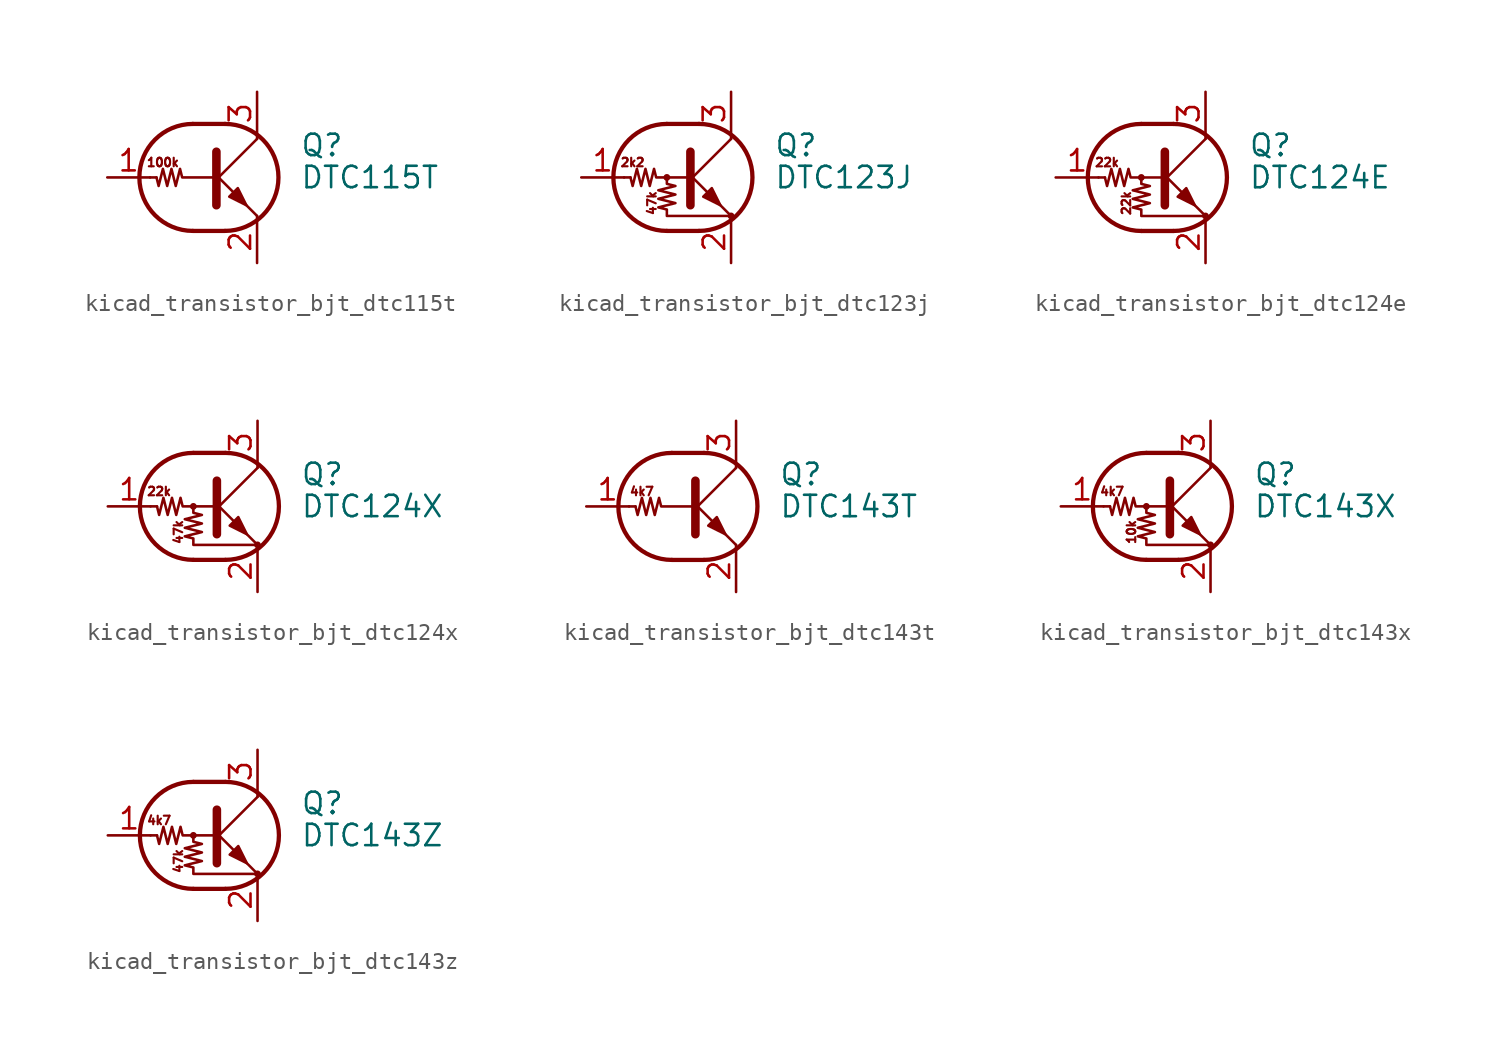
<source format=kicad_sym>
(kicad_symbol_lib
  (version 20220914)
  (generator kicad_symbol_editor)
  (symbol "kicad_transistor_bjt_dtc115t"
    (pin_names
      (offset 0) hide)
    (property "Reference" "Q"
      (at 5.08 1.905 0)
      (effects (font (size 1.27 1.27)) (justify left)))
    (property "Value" "DTC115T"
      (at 5.08 0 0)
      (effects (font (size 1.27 1.27)) (justify left)))
    (symbol "kicad_transistor_bjt_dtc115t_0_0"
      (polyline (pts (xy 2.54 -2.286) (xy 2.54 -2.54)) (stroke (width 0) (type default)) (fill (type none)))
      (text "100k" (at -3.048 0.889 0) (effects (font (size 0.508 0.508)))))
    (symbol "kicad_transistor_bjt_dtc115t_0_1"
      (arc (start -1.27 3.175) (mid -4.4312 0) (end -1.27 -3.175) (stroke (width 0.254) (type default)) (fill (type none)))
      (polyline (pts (xy -3.429 0) (xy -3.81 0)) (stroke (width 0) (type default)) (fill (type none)))
      (polyline (pts (xy -1.27 -3.175) (xy 0.635 -3.175)) (stroke (width 0.254) (type default)) (fill (type none)))
      (polyline (pts (xy -1.27 3.175) (xy 0.635 3.175)) (stroke (width 0.254) (type default)) (fill (type none)))
      (polyline (pts (xy 0 -0.254) (xy 2.54 2.286)) (stroke (width 0) (type default)) (fill (type none)))
      (polyline (pts (xy 0.127 1.524) (xy 0.127 -1.651)) (stroke (width 0.508) (type default)) (fill (type outline)))
      (polyline (pts (xy 2.54 2.286) (xy 2.54 2.54)) (stroke (width 0) (type default)) (fill (type none)))
      (polyline (pts (xy 2.54 -2.286) (xy 0 0.254) (xy 0 0.254)) (stroke (width 0) (type default)) (fill (type none)))
      (polyline (pts (xy 0.889 -1.143) (xy 1.397 -0.635) (xy 1.905 -1.651) (xy 0.889 -1.143)) (stroke (width 0) (type default)) (fill (type outline)))
      (polyline (pts (xy 0 0) (xy -1.905 0) (xy -2.032 0.508) (xy -2.286 -0.508) (xy -2.54 0.508) (xy -2.794 -0.508) (xy -3.048 0.508) (xy -3.302 -0.508) (xy -3.429 0)) (stroke (width 0) (type default)) (fill (type none)))
      (arc (start 0.635 -3.175) (mid 3.7962 0) (end 0.635 3.175) (stroke (width 0.254) (type default)) (fill (type none))))
    (symbol "kicad_transistor_bjt_dtc115t_1_1"
      (pin input line (at -6.35 0 0) (length 2.54) (name "B" (effects (font (size 1.27 1.27)))) (number "1" (effects (font (size 1.27 1.27)))))
      (pin passive line (at 2.54 -5.08 90) (length 2.54) (name "E" (effects (font (size 1.27 1.27)))) (number "2" (effects (font (size 1.27 1.27)))))
      (pin passive line (at 2.54 5.08 270) (length 2.54) (name "C" (effects (font (size 1.27 1.27)))) (number "3" (effects (font (size 1.27 1.27)))))))
  (symbol "kicad_transistor_bjt_dtc123j"
    (pin_names
      (offset 0) hide)
    (property "Reference" "Q"
      (at 5.08 1.905 0)
      (effects (font (size 1.27 1.27)) (justify left)))
    (property "Value" "DTC123J"
      (at 5.08 0 0)
      (effects (font (size 1.27 1.27)) (justify left)))
    (symbol "kicad_transistor_bjt_dtc123j_0_0"
      (text "2k2" (at -3.302 0.889 0) (effects (font (size 0.508 0.508))))
      (text "47k" (at -2.159 -1.524 900) (effects (font (size 0.508 0.508)))))
    (symbol "kicad_transistor_bjt_dtc123j_0_1"
      (circle (center -1.27 0) (radius 0.127) (stroke (width 0) (type default)) (fill (type none)))
      (arc (start -1.27 3.175) (mid -4.4312 0) (end -1.27 -3.175) (stroke (width 0.254) (type default)) (fill (type none)))
      (polyline (pts (xy -3.429 0) (xy -3.81 0)) (stroke (width 0) (type default)) (fill (type none)))
      (polyline (pts (xy -1.27 -3.175) (xy 0.635 -3.175)) (stroke (width 0.254) (type default)) (fill (type none)))
      (polyline (pts (xy -1.27 3.175) (xy 0.635 3.175)) (stroke (width 0.254) (type default)) (fill (type none)))
      (polyline (pts (xy 0 -0.254) (xy 2.54 2.286)) (stroke (width 0) (type default)) (fill (type none)))
      (polyline (pts (xy 0.127 1.524) (xy 0.127 -1.651)) (stroke (width 0.508) (type default)) (fill (type outline)))
      (polyline (pts (xy 2.54 2.286) (xy 2.54 2.54)) (stroke (width 0) (type default)) (fill (type none)))
      (polyline (pts (xy 2.54 -2.286) (xy 0 0.254) (xy 0 0.254)) (stroke (width 0) (type default)) (fill (type none)))
      (polyline (pts (xy 0.889 -1.143) (xy 1.397 -0.635) (xy 1.905 -1.651) (xy 0.889 -1.143)) (stroke (width 0) (type default)) (fill (type outline)))
      (polyline (pts (xy 0 0) (xy -1.905 0) (xy -2.032 0.508) (xy -2.286 -0.508) (xy -2.54 0.508) (xy -2.794 -0.508) (xy -3.048 0.508) (xy -3.302 -0.508) (xy -3.429 0)) (stroke (width 0) (type default)) (fill (type none)))
      (polyline (pts (xy -1.27 0) (xy -1.27 -0.381) (xy -0.762 -0.508) (xy -1.778 -0.762) (xy -0.762 -1.016) (xy -1.778 -1.27) (xy -0.762 -1.524) (xy -1.778 -1.778) (xy -1.27 -1.905) (xy -1.27 -2.286) (xy 2.54 -2.286)) (stroke (width 0) (type default)) (fill (type none)))
      (arc (start 0.635 -3.175) (mid 3.7962 0) (end 0.635 3.175) (stroke (width 0.254) (type default)) (fill (type none)))
      (circle (center 2.54 -2.286) (radius 0.127) (stroke (width 0) (type default)) (fill (type none))))
    (symbol "kicad_transistor_bjt_dtc123j_1_1"
      (pin input line (at -6.35 0 0) (length 2.54) (name "B" (effects (font (size 1.27 1.27)))) (number "1" (effects (font (size 1.27 1.27)))))
      (pin passive line (at 2.54 -5.08 90) (length 2.54) (name "E" (effects (font (size 1.27 1.27)))) (number "2" (effects (font (size 1.27 1.27)))))
      (pin passive line (at 2.54 5.08 270) (length 2.54) (name "C" (effects (font (size 1.27 1.27)))) (number "3" (effects (font (size 1.27 1.27)))))))
  (symbol "kicad_transistor_bjt_dtc124e"
    (pin_names
      (offset 0) hide)
    (property "Reference" "Q"
      (at 5.08 1.905 0)
      (effects (font (size 1.27 1.27)) (justify left)))
    (property "Value" "DTC124E"
      (at 5.08 0 0)
      (effects (font (size 1.27 1.27)) (justify left)))
    (symbol "kicad_transistor_bjt_dtc124e_0_0"
      (text "22k" (at -3.302 0.889 0) (effects (font (size 0.508 0.508))))
      (text "22k" (at -2.159 -1.524 900) (effects (font (size 0.508 0.508)))))
    (symbol "kicad_transistor_bjt_dtc124e_0_1"
      (circle (center -1.27 0) (radius 0.127) (stroke (width 0) (type default)) (fill (type none)))
      (arc (start -1.27 3.175) (mid -4.4312 0) (end -1.27 -3.175) (stroke (width 0.254) (type default)) (fill (type none)))
      (polyline (pts (xy -3.429 0) (xy -3.81 0)) (stroke (width 0) (type default)) (fill (type none)))
      (polyline (pts (xy -1.27 -3.175) (xy 0.635 -3.175)) (stroke (width 0.254) (type default)) (fill (type none)))
      (polyline (pts (xy -1.27 3.175) (xy 0.635 3.175)) (stroke (width 0.254) (type default)) (fill (type none)))
      (polyline (pts (xy 0 -0.254) (xy 2.54 2.286)) (stroke (width 0) (type default)) (fill (type none)))
      (polyline (pts (xy 0.127 1.524) (xy 0.127 -1.651)) (stroke (width 0.508) (type default)) (fill (type outline)))
      (polyline (pts (xy 2.54 2.286) (xy 2.54 2.54)) (stroke (width 0) (type default)) (fill (type none)))
      (polyline (pts (xy 2.54 -2.286) (xy 0 0.254) (xy 0 0.254)) (stroke (width 0) (type default)) (fill (type none)))
      (polyline (pts (xy 0.889 -1.143) (xy 1.397 -0.635) (xy 1.905 -1.651) (xy 0.889 -1.143)) (stroke (width 0) (type default)) (fill (type outline)))
      (polyline (pts (xy 0 0) (xy -1.905 0) (xy -2.032 0.508) (xy -2.286 -0.508) (xy -2.54 0.508) (xy -2.794 -0.508) (xy -3.048 0.508) (xy -3.302 -0.508) (xy -3.429 0)) (stroke (width 0) (type default)) (fill (type none)))
      (polyline (pts (xy -1.27 0) (xy -1.27 -0.381) (xy -0.762 -0.508) (xy -1.778 -0.762) (xy -0.762 -1.016) (xy -1.778 -1.27) (xy -0.762 -1.524) (xy -1.778 -1.778) (xy -1.27 -1.905) (xy -1.27 -2.286) (xy 2.54 -2.286)) (stroke (width 0) (type default)) (fill (type none)))
      (arc (start 0.635 -3.175) (mid 3.7962 0) (end 0.635 3.175) (stroke (width 0.254) (type default)) (fill (type none)))
      (circle (center 2.54 -2.286) (radius 0.127) (stroke (width 0) (type default)) (fill (type none))))
    (symbol "kicad_transistor_bjt_dtc124e_1_1"
      (pin input line (at -6.35 0 0) (length 2.54) (name "B" (effects (font (size 1.27 1.27)))) (number "1" (effects (font (size 1.27 1.27)))))
      (pin passive line (at 2.54 -5.08 90) (length 2.54) (name "E" (effects (font (size 1.27 1.27)))) (number "2" (effects (font (size 1.27 1.27)))))
      (pin passive line (at 2.54 5.08 270) (length 2.54) (name "C" (effects (font (size 1.27 1.27)))) (number "3" (effects (font (size 1.27 1.27)))))))
  (symbol "kicad_transistor_bjt_dtc124x"
    (pin_names
      (offset 0) hide)
    (property "Reference" "Q"
      (at 5.08 1.905 0)
      (effects (font (size 1.27 1.27)) (justify left)))
    (property "Value" "DTC124X"
      (at 5.08 0 0)
      (effects (font (size 1.27 1.27)) (justify left)))
    (symbol "kicad_transistor_bjt_dtc124x_0_0"
      (text "22k" (at -3.302 0.889 0) (effects (font (size 0.508 0.508))))
      (text "47k" (at -2.159 -1.524 900) (effects (font (size 0.508 0.508)))))
    (symbol "kicad_transistor_bjt_dtc124x_0_1"
      (circle (center -1.27 0) (radius 0.127) (stroke (width 0) (type default)) (fill (type none)))
      (arc (start -1.27 3.175) (mid -4.4312 0) (end -1.27 -3.175) (stroke (width 0.254) (type default)) (fill (type none)))
      (polyline (pts (xy -3.429 0) (xy -3.81 0)) (stroke (width 0) (type default)) (fill (type none)))
      (polyline (pts (xy -1.27 -3.175) (xy 0.635 -3.175)) (stroke (width 0.254) (type default)) (fill (type none)))
      (polyline (pts (xy -1.27 3.175) (xy 0.635 3.175)) (stroke (width 0.254) (type default)) (fill (type none)))
      (polyline (pts (xy 0 -0.254) (xy 2.54 2.286)) (stroke (width 0) (type default)) (fill (type none)))
      (polyline (pts (xy 0.127 1.524) (xy 0.127 -1.651)) (stroke (width 0.508) (type default)) (fill (type outline)))
      (polyline (pts (xy 2.54 2.286) (xy 2.54 2.54)) (stroke (width 0) (type default)) (fill (type none)))
      (polyline (pts (xy 2.54 -2.286) (xy 0 0.254) (xy 0 0.254)) (stroke (width 0) (type default)) (fill (type none)))
      (polyline (pts (xy 0.889 -1.143) (xy 1.397 -0.635) (xy 1.905 -1.651) (xy 0.889 -1.143)) (stroke (width 0) (type default)) (fill (type outline)))
      (polyline (pts (xy 0 0) (xy -1.905 0) (xy -2.032 0.508) (xy -2.286 -0.508) (xy -2.54 0.508) (xy -2.794 -0.508) (xy -3.048 0.508) (xy -3.302 -0.508) (xy -3.429 0)) (stroke (width 0) (type default)) (fill (type none)))
      (polyline (pts (xy -1.27 0) (xy -1.27 -0.381) (xy -0.762 -0.508) (xy -1.778 -0.762) (xy -0.762 -1.016) (xy -1.778 -1.27) (xy -0.762 -1.524) (xy -1.778 -1.778) (xy -1.27 -1.905) (xy -1.27 -2.286) (xy 2.54 -2.286)) (stroke (width 0) (type default)) (fill (type none)))
      (arc (start 0.635 -3.175) (mid 3.7962 0) (end 0.635 3.175) (stroke (width 0.254) (type default)) (fill (type none)))
      (circle (center 2.54 -2.286) (radius 0.127) (stroke (width 0) (type default)) (fill (type none))))
    (symbol "kicad_transistor_bjt_dtc124x_1_1"
      (pin input line (at -6.35 0 0) (length 2.54) (name "B" (effects (font (size 1.27 1.27)))) (number "1" (effects (font (size 1.27 1.27)))))
      (pin passive line (at 2.54 -5.08 90) (length 2.54) (name "E" (effects (font (size 1.27 1.27)))) (number "2" (effects (font (size 1.27 1.27)))))
      (pin passive line (at 2.54 5.08 270) (length 2.54) (name "C" (effects (font (size 1.27 1.27)))) (number "3" (effects (font (size 1.27 1.27)))))))
  (symbol "kicad_transistor_bjt_dtc143t"
    (pin_names
      (offset 0) hide)
    (property "Reference" "Q"
      (at 5.08 1.905 0)
      (effects (font (size 1.27 1.27)) (justify left)))
    (property "Value" "DTC143T"
      (at 5.08 0 0)
      (effects (font (size 1.27 1.27)) (justify left)))
    (symbol "kicad_transistor_bjt_dtc143t_0_0"
      (polyline (pts (xy 2.54 -2.286) (xy 2.54 -2.54)) (stroke (width 0) (type default)) (fill (type none)))
      (text "4k7" (at -3.048 0.889 0) (effects (font (size 0.508 0.508)))))
    (symbol "kicad_transistor_bjt_dtc143t_0_1"
      (arc (start -1.27 3.175) (mid -4.4312 0) (end -1.27 -3.175) (stroke (width 0.254) (type default)) (fill (type none)))
      (polyline (pts (xy -3.429 0) (xy -3.81 0)) (stroke (width 0) (type default)) (fill (type none)))
      (polyline (pts (xy -1.27 -3.175) (xy 0.635 -3.175)) (stroke (width 0.254) (type default)) (fill (type none)))
      (polyline (pts (xy -1.27 3.175) (xy 0.635 3.175)) (stroke (width 0.254) (type default)) (fill (type none)))
      (polyline (pts (xy 0 -0.254) (xy 2.54 2.286)) (stroke (width 0) (type default)) (fill (type none)))
      (polyline (pts (xy 0.127 1.524) (xy 0.127 -1.651)) (stroke (width 0.508) (type default)) (fill (type outline)))
      (polyline (pts (xy 2.54 2.286) (xy 2.54 2.54)) (stroke (width 0) (type default)) (fill (type none)))
      (polyline (pts (xy 2.54 -2.286) (xy 0 0.254) (xy 0 0.254)) (stroke (width 0) (type default)) (fill (type none)))
      (polyline (pts (xy 0.889 -1.143) (xy 1.397 -0.635) (xy 1.905 -1.651) (xy 0.889 -1.143)) (stroke (width 0) (type default)) (fill (type outline)))
      (polyline (pts (xy 0 0) (xy -1.905 0) (xy -2.032 0.508) (xy -2.286 -0.508) (xy -2.54 0.508) (xy -2.794 -0.508) (xy -3.048 0.508) (xy -3.302 -0.508) (xy -3.429 0)) (stroke (width 0) (type default)) (fill (type none)))
      (arc (start 0.635 -3.175) (mid 3.7962 0) (end 0.635 3.175) (stroke (width 0.254) (type default)) (fill (type none))))
    (symbol "kicad_transistor_bjt_dtc143t_1_1"
      (pin input line (at -6.35 0 0) (length 2.54) (name "B" (effects (font (size 1.27 1.27)))) (number "1" (effects (font (size 1.27 1.27)))))
      (pin passive line (at 2.54 -5.08 90) (length 2.54) (name "E" (effects (font (size 1.27 1.27)))) (number "2" (effects (font (size 1.27 1.27)))))
      (pin passive line (at 2.54 5.08 270) (length 2.54) (name "C" (effects (font (size 1.27 1.27)))) (number "3" (effects (font (size 1.27 1.27)))))))
  (symbol "kicad_transistor_bjt_dtc143x"
    (pin_names
      (offset 0) hide)
    (property "Reference" "Q"
      (at 5.08 1.905 0)
      (effects (font (size 1.27 1.27)) (justify left)))
    (property "Value" "DTC143X"
      (at 5.08 0 0)
      (effects (font (size 1.27 1.27)) (justify left)))
    (symbol "kicad_transistor_bjt_dtc143x_0_0"
      (text "10k" (at -2.159 -1.524 900) (effects (font (size 0.508 0.508))))
      (text "4k7" (at -3.302 0.889 0) (effects (font (size 0.508 0.508)))))
    (symbol "kicad_transistor_bjt_dtc143x_0_1"
      (circle (center -1.27 0) (radius 0.127) (stroke (width 0) (type default)) (fill (type none)))
      (arc (start -1.27 3.175) (mid -4.4312 0) (end -1.27 -3.175) (stroke (width 0.254) (type default)) (fill (type none)))
      (polyline (pts (xy -3.429 0) (xy -3.81 0)) (stroke (width 0) (type default)) (fill (type none)))
      (polyline (pts (xy -1.27 -3.175) (xy 0.635 -3.175)) (stroke (width 0.254) (type default)) (fill (type none)))
      (polyline (pts (xy -1.27 3.175) (xy 0.635 3.175)) (stroke (width 0.254) (type default)) (fill (type none)))
      (polyline (pts (xy 0 -0.254) (xy 2.54 2.286)) (stroke (width 0) (type default)) (fill (type none)))
      (polyline (pts (xy 0.127 1.524) (xy 0.127 -1.651)) (stroke (width 0.508) (type default)) (fill (type outline)))
      (polyline (pts (xy 2.54 2.286) (xy 2.54 2.54)) (stroke (width 0) (type default)) (fill (type none)))
      (polyline (pts (xy 2.54 -2.286) (xy 0 0.254) (xy 0 0.254)) (stroke (width 0) (type default)) (fill (type none)))
      (polyline (pts (xy 0.889 -1.143) (xy 1.397 -0.635) (xy 1.905 -1.651) (xy 0.889 -1.143)) (stroke (width 0) (type default)) (fill (type outline)))
      (polyline (pts (xy 0 0) (xy -1.905 0) (xy -2.032 0.508) (xy -2.286 -0.508) (xy -2.54 0.508) (xy -2.794 -0.508) (xy -3.048 0.508) (xy -3.302 -0.508) (xy -3.429 0)) (stroke (width 0) (type default)) (fill (type none)))
      (polyline (pts (xy -1.27 0) (xy -1.27 -0.381) (xy -0.762 -0.508) (xy -1.778 -0.762) (xy -0.762 -1.016) (xy -1.778 -1.27) (xy -0.762 -1.524) (xy -1.778 -1.778) (xy -1.27 -1.905) (xy -1.27 -2.286) (xy 2.54 -2.286)) (stroke (width 0) (type default)) (fill (type none)))
      (arc (start 0.635 -3.175) (mid 3.7962 0) (end 0.635 3.175) (stroke (width 0.254) (type default)) (fill (type none)))
      (circle (center 2.54 -2.286) (radius 0.127) (stroke (width 0) (type default)) (fill (type none))))
    (symbol "kicad_transistor_bjt_dtc143x_1_1"
      (pin input line (at -6.35 0 0) (length 2.54) (name "B" (effects (font (size 1.27 1.27)))) (number "1" (effects (font (size 1.27 1.27)))))
      (pin passive line (at 2.54 -5.08 90) (length 2.54) (name "E" (effects (font (size 1.27 1.27)))) (number "2" (effects (font (size 1.27 1.27)))))
      (pin passive line (at 2.54 5.08 270) (length 2.54) (name "C" (effects (font (size 1.27 1.27)))) (number "3" (effects (font (size 1.27 1.27)))))))
  (symbol "kicad_transistor_bjt_dtc143z"
    (pin_names
      (offset 0) hide)
    (property "Reference" "Q"
      (at 5.08 1.905 0)
      (effects (font (size 1.27 1.27)) (justify left)))
    (property "Value" "DTC143Z"
      (at 5.08 0 0)
      (effects (font (size 1.27 1.27)) (justify left)))
    (symbol "kicad_transistor_bjt_dtc143z_0_0"
      (text "47k" (at -2.159 -1.524 900) (effects (font (size 0.508 0.508))))
      (text "4k7" (at -3.302 0.889 0) (effects (font (size 0.508 0.508)))))
    (symbol "kicad_transistor_bjt_dtc143z_0_1"
      (circle (center -1.27 0) (radius 0.127) (stroke (width 0) (type default)) (fill (type none)))
      (arc (start -1.27 3.175) (mid -4.4312 0) (end -1.27 -3.175) (stroke (width 0.254) (type default)) (fill (type none)))
      (polyline (pts (xy -3.429 0) (xy -3.81 0)) (stroke (width 0) (type default)) (fill (type none)))
      (polyline (pts (xy -1.27 -3.175) (xy 0.635 -3.175)) (stroke (width 0.254) (type default)) (fill (type none)))
      (polyline (pts (xy -1.27 3.175) (xy 0.635 3.175)) (stroke (width 0.254) (type default)) (fill (type none)))
      (polyline (pts (xy 0 -0.254) (xy 2.54 2.286)) (stroke (width 0) (type default)) (fill (type none)))
      (polyline (pts (xy 0.127 1.524) (xy 0.127 -1.651)) (stroke (width 0.508) (type default)) (fill (type outline)))
      (polyline (pts (xy 2.54 2.286) (xy 2.54 2.54)) (stroke (width 0) (type default)) (fill (type none)))
      (polyline (pts (xy 2.54 -2.286) (xy 0 0.254) (xy 0 0.254)) (stroke (width 0) (type default)) (fill (type none)))
      (polyline (pts (xy 0.889 -1.143) (xy 1.397 -0.635) (xy 1.905 -1.651) (xy 0.889 -1.143)) (stroke (width 0) (type default)) (fill (type outline)))
      (polyline (pts (xy 0 0) (xy -1.905 0) (xy -2.032 0.508) (xy -2.286 -0.508) (xy -2.54 0.508) (xy -2.794 -0.508) (xy -3.048 0.508) (xy -3.302 -0.508) (xy -3.429 0)) (stroke (width 0) (type default)) (fill (type none)))
      (polyline (pts (xy -1.27 0) (xy -1.27 -0.381) (xy -0.762 -0.508) (xy -1.778 -0.762) (xy -0.762 -1.016) (xy -1.778 -1.27) (xy -0.762 -1.524) (xy -1.778 -1.778) (xy -1.27 -1.905) (xy -1.27 -2.286) (xy 2.54 -2.286)) (stroke (width 0) (type default)) (fill (type none)))
      (arc (start 0.635 -3.175) (mid 3.7962 0) (end 0.635 3.175) (stroke (width 0.254) (type default)) (fill (type none)))
      (circle (center 2.54 -2.286) (radius 0.127) (stroke (width 0) (type default)) (fill (type none))))
    (symbol "kicad_transistor_bjt_dtc143z_1_1"
      (pin input line (at -6.35 0 0) (length 2.54) (name "B" (effects (font (size 1.27 1.27)))) (number "1" (effects (font (size 1.27 1.27)))))
      (pin passive line (at 2.54 -5.08 90) (length 2.54) (name "E" (effects (font (size 1.27 1.27)))) (number "2" (effects (font (size 1.27 1.27)))))
      (pin passive line (at 2.54 5.08 270) (length 2.54) (name "C" (effects (font (size 1.27 1.27)))) (number "3" (effects (font (size 1.27 1.27))))))))
</source>
